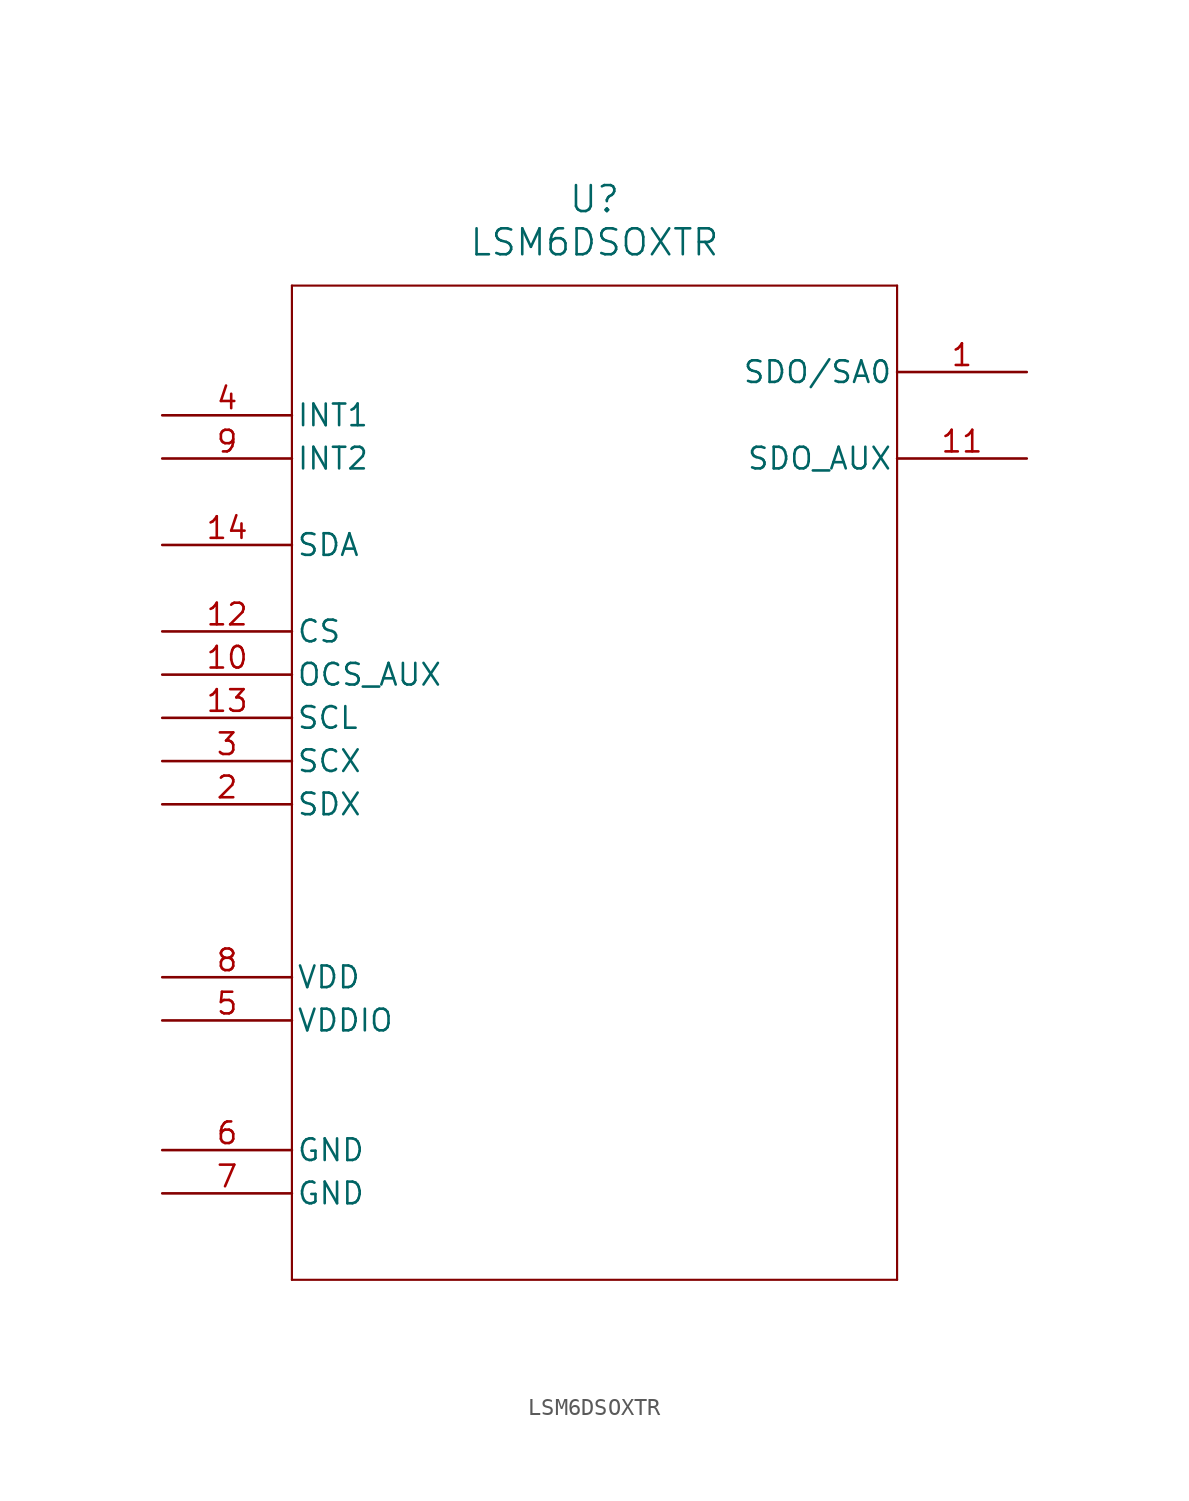
<source format=kicad_sym>
(kicad_symbol_lib
  (version 20231120)
  (generator "kicad_symbol_editor")
  (generator_version "8.0")
  (symbol "LSM6DSOXTR"
    (pin_names
      (offset 0.254))
    (property "Reference" "U"
      (at 0 33.02 0)
      (effects (font (size 1.524 1.524))))
    (property "Value" "LSM6DSOXTR"
      (at 0 30.48 0)
      (effects (font (size 1.524 1.524))))
    (symbol "LSM6DSOXTR_0_1"
      (polyline (pts (xy -17.78 -30.48) (xy 17.78 -30.48)) (stroke (width 0.127) (type default)) (fill (type none)))
      (polyline (pts (xy -17.78 27.94) (xy -17.78 -30.48)) (stroke (width 0.127) (type default)) (fill (type none)))
      (polyline (pts (xy 17.78 -30.48) (xy 17.78 27.94)) (stroke (width 0.127) (type default)) (fill (type none)))
      (polyline (pts (xy 17.78 27.94) (xy -17.78 27.94)) (stroke (width 0.127) (type default)) (fill (type none)))
      (pin output line (at 25.4 22.86 180) (length 7.62) (name "SDO/SA0" (effects (font (size 1.27 1.27)))) (number "1" (effects (font (size 1.27 1.27)))))
      (pin unspecified line (at -25.4 5.08 0) (length 7.62) (name "OCS_AUX" (effects (font (size 1.27 1.27)))) (number "10" (effects (font (size 1.27 1.27)))))
      (pin unspecified line (at 25.4 17.78 180) (length 7.62) (name "SDO_AUX" (effects (font (size 1.27 1.27)))) (number "11" (effects (font (size 1.27 1.27)))))
      (pin unspecified line (at -25.4 7.62 0) (length 7.62) (name "CS" (effects (font (size 1.27 1.27)))) (number "12" (effects (font (size 1.27 1.27)))))
      (pin unspecified line (at -25.4 2.54 0) (length 7.62) (name "SCL" (effects (font (size 1.27 1.27)))) (number "13" (effects (font (size 1.27 1.27)))))
      (pin input line (at -25.4 12.7 0) (length 7.62) (name "SDA" (effects (font (size 1.27 1.27)))) (number "14" (effects (font (size 1.27 1.27)))))
      (pin bidirectional line (at -25.4 -2.54 0) (length 7.62) (name "SDX" (effects (font (size 1.27 1.27)))) (number "2" (effects (font (size 1.27 1.27)))))
      (pin bidirectional line (at -25.4 0 0) (length 7.62) (name "SCX" (effects (font (size 1.27 1.27)))) (number "3" (effects (font (size 1.27 1.27)))))
      (pin input line (at -25.4 20.32 0) (length 7.62) (name "INT1" (effects (font (size 1.27 1.27)))) (number "4" (effects (font (size 1.27 1.27)))))
      (pin power_in line (at -25.4 -15.24 0) (length 7.62) (name "VDDIO" (effects (font (size 1.27 1.27)))) (number "5" (effects (font (size 1.27 1.27)))))
      (pin power_out line (at -25.4 -22.86 0) (length 7.62) (name "GND" (effects (font (size 1.27 1.27)))) (number "6" (effects (font (size 1.27 1.27)))))
      (pin power_out line (at -25.4 -25.4 0) (length 7.62) (name "GND" (effects (font (size 1.27 1.27)))) (number "7" (effects (font (size 1.27 1.27)))))
      (pin power_in line (at -25.4 -12.7 0) (length 7.62) (name "VDD" (effects (font (size 1.27 1.27)))) (number "8" (effects (font (size 1.27 1.27)))))
      (pin input line (at -25.4 17.78 0) (length 7.62) (name "INT2" (effects (font (size 1.27 1.27)))) (number "9" (effects (font (size 1.27 1.27))))))))
</source>
